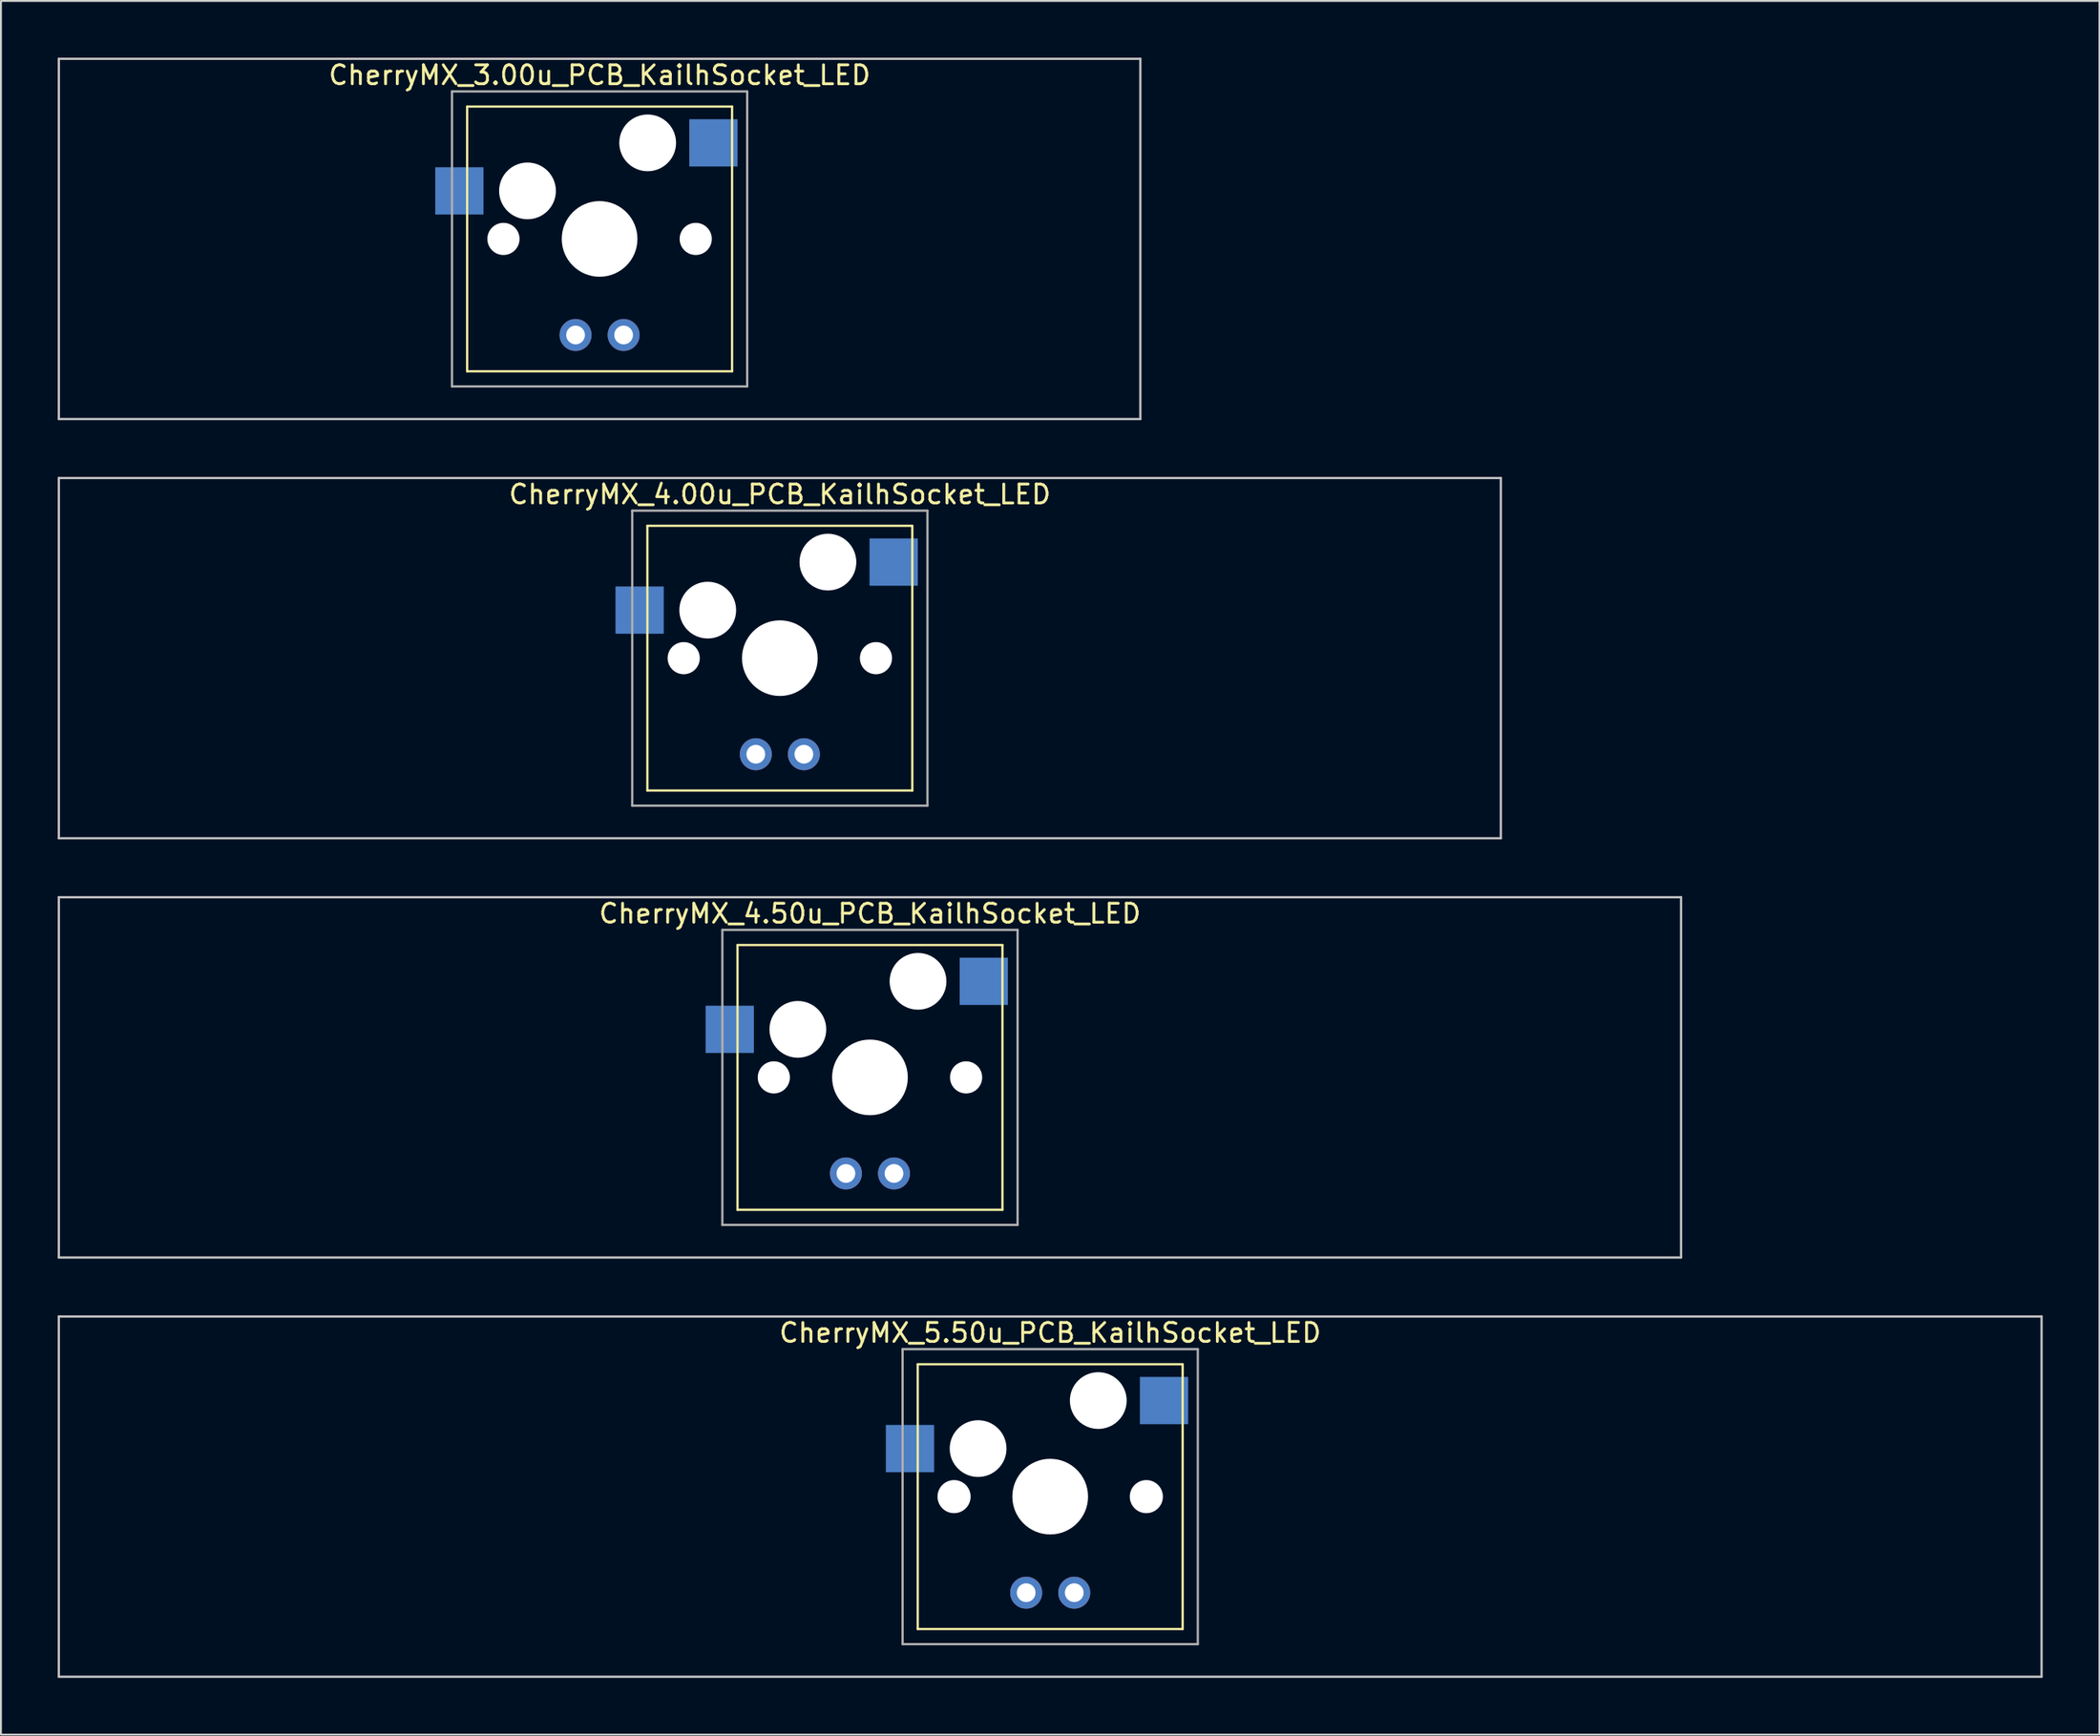
<source format=kicad_pcb>
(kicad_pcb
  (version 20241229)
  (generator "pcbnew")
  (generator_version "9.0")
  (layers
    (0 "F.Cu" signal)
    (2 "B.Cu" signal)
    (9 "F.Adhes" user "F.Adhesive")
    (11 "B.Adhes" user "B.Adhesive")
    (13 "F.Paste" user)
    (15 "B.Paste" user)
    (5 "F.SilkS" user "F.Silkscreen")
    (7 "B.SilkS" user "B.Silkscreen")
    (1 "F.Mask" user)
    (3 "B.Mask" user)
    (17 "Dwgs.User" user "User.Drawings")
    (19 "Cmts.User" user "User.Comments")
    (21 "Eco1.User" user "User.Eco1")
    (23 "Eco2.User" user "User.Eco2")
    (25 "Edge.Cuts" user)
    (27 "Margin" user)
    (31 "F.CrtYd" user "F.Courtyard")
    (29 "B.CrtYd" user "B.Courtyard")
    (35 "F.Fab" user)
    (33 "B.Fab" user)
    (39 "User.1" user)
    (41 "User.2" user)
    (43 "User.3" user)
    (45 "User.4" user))
  (footprint "CherryMX_3.00u_PCB_KailhSocket_LED"
    (layer "F.Cu")
    (at 28.635 9.585)
    (property "Reference" "CherryMX_3.00u_PCB_KailhSocket_LED" (at 0 -8.662 0) (layer "F.SilkS") (effects (font (size 1 1) (thickness 0.15))))
    (attr through_hole)
    (fp_line (start -7 -7) (end -7 7) (stroke (width 0.12) (type solid)) (layer "F.SilkS"))
    (fp_line (start -7 -7) (end 7 -7) (stroke (width 0.12) (type solid)) (layer "F.SilkS"))
    (fp_line (start 7 -7) (end 7 7) (stroke (width 0.12) (type solid)) (layer "F.SilkS"))
    (fp_line (start 7 7) (end -7 7) (stroke (width 0.12) (type solid)) (layer "F.SilkS"))
    (fp_line (start -28.575 -9.525) (end 28.575 -9.525) (stroke (width 0.12) (type solid)) (layer "Dwgs.User"))
    (fp_line (start -28.575 9.525) (end -28.575 -9.525) (stroke (width 0.12) (type solid)) (layer "Dwgs.User"))
    (fp_line (start 28.575 -9.525) (end 28.575 9.525) (stroke (width 0.12) (type solid)) (layer "Dwgs.User"))
    (fp_line (start 28.575 9.525) (end -28.575 9.525) (stroke (width 0.12) (type solid)) (layer "Dwgs.User"))
    (fp_line (start -7.8 -7.8) (end -7.8 7.8) (stroke (width 0.12) (type solid)) (layer "F.Fab"))
    (fp_line (start -7.8 -7.8) (end 7.8 -7.8) (stroke (width 0.12) (type solid)) (layer "F.Fab"))
    (fp_line (start -7.8 7.8) (end 7.8 7.8) (stroke (width 0.12) (type solid)) (layer "F.Fab"))
    (fp_line (start 7.8 -7.8) (end 7.8 7.8) (stroke (width 0.12) (type solid)) (layer "F.Fab"))
    (pad "" np_thru_hole circle (at -5.08 0) (size 1.7 1.7) (drill 1.7) (layers "*.Cu" "*.Mask"))
    (pad "" np_thru_hole circle (at -3.81 -2.54) (size 3 3) (drill 3) (layers "*.Cu" "*.Mask"))
    (pad "" np_thru_hole circle (at 0 0) (size 4 4) (drill 4) (layers "*.Cu" "*.Mask"))
    (pad "" np_thru_hole circle (at 2.54 -5.08) (size 3 3) (drill 3) (layers "*.Cu" "*.Mask"))
    (pad "" np_thru_hole circle (at 5.08 0) (size 1.7 1.7) (drill 1.7) (layers "*.Cu" "*.Mask"))
    (pad "1" smd rect (at -7.41 -2.54) (size 2.55 2.5) (layers "B.Cu" "B.Mask" "B.Paste"))
    (pad "2" smd rect (at 6.015 -5.08) (size 2.55 2.5) (layers "B.Cu" "B.Mask" "B.Paste"))
    (pad "3" thru_hole circle (at -1.27 5.08) (size 1.691 1.691) (drill 0.991) (layers "*.Cu" "*.Mask"))
    (pad "4" thru_hole circle (at 1.27 5.08) (size 1.691 1.691) (drill 0.991) (layers "*.Cu" "*.Mask")))
  (footprint "CherryMX_5.50u_PCB_KailhSocket_LED"
    (layer "F.Cu")
    (at 52.447 76.095)
    (property "Reference" "CherryMX_5.50u_PCB_KailhSocket_LED" (at 0 -8.662 0) (layer "F.SilkS") (effects (font (size 1 1) (thickness 0.15))))
    (attr through_hole)
    (fp_line (start -7 -7) (end -7 7) (stroke (width 0.12) (type solid)) (layer "F.SilkS"))
    (fp_line (start -7 -7) (end 7 -7) (stroke (width 0.12) (type solid)) (layer "F.SilkS"))
    (fp_line (start 7 -7) (end 7 7) (stroke (width 0.12) (type solid)) (layer "F.SilkS"))
    (fp_line (start 7 7) (end -7 7) (stroke (width 0.12) (type solid)) (layer "F.SilkS"))
    (fp_line (start -52.388 -9.525) (end 52.388 -9.525) (stroke (width 0.12) (type solid)) (layer "Dwgs.User"))
    (fp_line (start -52.388 9.525) (end -52.388 -9.525) (stroke (width 0.12) (type solid)) (layer "Dwgs.User"))
    (fp_line (start 52.388 -9.525) (end 52.388 9.525) (stroke (width 0.12) (type solid)) (layer "Dwgs.User"))
    (fp_line (start 52.388 9.525) (end -52.388 9.525) (stroke (width 0.12) (type solid)) (layer "Dwgs.User"))
    (fp_line (start -7.8 -7.8) (end -7.8 7.8) (stroke (width 0.12) (type solid)) (layer "F.Fab"))
    (fp_line (start -7.8 -7.8) (end 7.8 -7.8) (stroke (width 0.12) (type solid)) (layer "F.Fab"))
    (fp_line (start -7.8 7.8) (end 7.8 7.8) (stroke (width 0.12) (type solid)) (layer "F.Fab"))
    (fp_line (start 7.8 -7.8) (end 7.8 7.8) (stroke (width 0.12) (type solid)) (layer "F.Fab"))
    (pad "" np_thru_hole circle (at -5.08 0) (size 1.75 1.75) (drill 1.75) (layers "*.Cu" "*.Mask"))
    (pad "" np_thru_hole circle (at -3.81 -2.54) (size 3 3) (drill 3) (layers "*.Cu" "*.Mask"))
    (pad "" np_thru_hole circle (at 0 0) (size 4 4) (drill 4) (layers "*.Cu" "*.Mask"))
    (pad "" np_thru_hole circle (at 2.54 -5.08) (size 3 3) (drill 3) (layers "*.Cu" "*.Mask"))
    (pad "" np_thru_hole circle (at 5.08 0) (size 1.75 1.75) (drill 1.75) (layers "*.Cu" "*.Mask"))
    (pad "1" smd rect (at -7.41 -2.54) (size 2.55 2.5) (layers "B.Cu" "B.Mask" "B.Paste"))
    (pad "2" smd rect (at 6.015 -5.08) (size 2.55 2.5) (layers "B.Cu" "B.Mask" "B.Paste"))
    (pad "3" thru_hole circle (at -1.27 5.08) (size 1.691 1.691) (drill 0.991) (layers "*.Cu" "*.Mask"))
    (pad "4" thru_hole circle (at 1.27 5.08) (size 1.691 1.691) (drill 0.991) (layers "*.Cu" "*.Mask")))
  (footprint "CherryMX_4.00u_PCB_KailhSocket_LED"
    (layer "F.Cu")
    (at 38.16 31.755)
    (property "Reference" "CherryMX_4.00u_PCB_KailhSocket_LED" (at 0 -8.662 0) (layer "F.SilkS") (effects (font (size 1 1) (thickness 0.15))))
    (attr through_hole)
    (fp_line (start -7 -7) (end -7 7) (stroke (width 0.12) (type solid)) (layer "F.SilkS"))
    (fp_line (start -7 -7) (end 7 -7) (stroke (width 0.12) (type solid)) (layer "F.SilkS"))
    (fp_line (start 7 -7) (end 7 7) (stroke (width 0.12) (type solid)) (layer "F.SilkS"))
    (fp_line (start 7 7) (end -7 7) (stroke (width 0.12) (type solid)) (layer "F.SilkS"))
    (fp_line (start -38.1 -9.525) (end 38.1 -9.525) (stroke (width 0.12) (type solid)) (layer "Dwgs.User"))
    (fp_line (start -38.1 9.525) (end -38.1 -9.525) (stroke (width 0.12) (type solid)) (layer "Dwgs.User"))
    (fp_line (start 38.1 -9.525) (end 38.1 9.525) (stroke (width 0.12) (type solid)) (layer "Dwgs.User"))
    (fp_line (start 38.1 9.525) (end -38.1 9.525) (stroke (width 0.12) (type solid)) (layer "Dwgs.User"))
    (fp_line (start -7.8 -7.8) (end -7.8 7.8) (stroke (width 0.12) (type solid)) (layer "F.Fab"))
    (fp_line (start -7.8 -7.8) (end 7.8 -7.8) (stroke (width 0.12) (type solid)) (layer "F.Fab"))
    (fp_line (start -7.8 7.8) (end 7.8 7.8) (stroke (width 0.12) (type solid)) (layer "F.Fab"))
    (fp_line (start 7.8 -7.8) (end 7.8 7.8) (stroke (width 0.12) (type solid)) (layer "F.Fab"))
    (pad "" np_thru_hole circle (at -5.08 0) (size 1.7 1.7) (drill 1.7) (layers "*.Cu" "*.Mask"))
    (pad "" np_thru_hole circle (at -3.81 -2.54) (size 3 3) (drill 3) (layers "*.Cu" "*.Mask"))
    (pad "" np_thru_hole circle (at 0 0) (size 4 4) (drill 4) (layers "*.Cu" "*.Mask"))
    (pad "" np_thru_hole circle (at 2.54 -5.08) (size 3 3) (drill 3) (layers "*.Cu" "*.Mask"))
    (pad "" np_thru_hole circle (at 5.08 0) (size 1.7 1.7) (drill 1.7) (layers "*.Cu" "*.Mask"))
    (pad "1" smd rect (at -7.41 -2.54) (size 2.55 2.5) (layers "B.Cu" "B.Mask" "B.Paste"))
    (pad "2" smd rect (at 6.015 -5.08) (size 2.55 2.5) (layers "B.Cu" "B.Mask" "B.Paste"))
    (pad "3" thru_hole circle (at -1.27 5.08) (size 1.691 1.691) (drill 0.991) (layers "*.Cu" "*.Mask"))
    (pad "4" thru_hole circle (at 1.27 5.08) (size 1.691 1.691) (drill 0.991) (layers "*.Cu" "*.Mask")))
  (footprint "CherryMX_4.50u_PCB_KailhSocket_LED"
    (layer "F.Cu")
    (at 42.922 53.925)
    (property "Reference" "CherryMX_4.50u_PCB_KailhSocket_LED" (at 0 -8.662 0) (layer "F.SilkS") (effects (font (size 1 1) (thickness 0.15))))
    (attr through_hole)
    (fp_line (start -7 -7) (end -7 7) (stroke (width 0.12) (type solid)) (layer "F.SilkS"))
    (fp_line (start -7 -7) (end 7 -7) (stroke (width 0.12) (type solid)) (layer "F.SilkS"))
    (fp_line (start 7 -7) (end 7 7) (stroke (width 0.12) (type solid)) (layer "F.SilkS"))
    (fp_line (start 7 7) (end -7 7) (stroke (width 0.12) (type solid)) (layer "F.SilkS"))
    (fp_line (start -42.862 -9.525) (end 42.862 -9.525) (stroke (width 0.12) (type solid)) (layer "Dwgs.User"))
    (fp_line (start -42.862 9.525) (end -42.862 -9.525) (stroke (width 0.12) (type solid)) (layer "Dwgs.User"))
    (fp_line (start 42.862 -9.525) (end 42.862 9.525) (stroke (width 0.12) (type solid)) (layer "Dwgs.User"))
    (fp_line (start 42.862 9.525) (end -42.862 9.525) (stroke (width 0.12) (type solid)) (layer "Dwgs.User"))
    (fp_line (start -7.8 -7.8) (end -7.8 7.8) (stroke (width 0.12) (type solid)) (layer "F.Fab"))
    (fp_line (start -7.8 -7.8) (end 7.8 -7.8) (stroke (width 0.12) (type solid)) (layer "F.Fab"))
    (fp_line (start -7.8 7.8) (end 7.8 7.8) (stroke (width 0.12) (type solid)) (layer "F.Fab"))
    (fp_line (start 7.8 -7.8) (end 7.8 7.8) (stroke (width 0.12) (type solid)) (layer "F.Fab"))
    (pad "" np_thru_hole circle (at -5.08 0) (size 1.7 1.7) (drill 1.7) (layers "*.Cu" "*.Mask"))
    (pad "" np_thru_hole circle (at -3.81 -2.54) (size 3 3) (drill 3) (layers "*.Cu" "*.Mask"))
    (pad "" np_thru_hole circle (at 0 0) (size 4 4) (drill 4) (layers "*.Cu" "*.Mask"))
    (pad "" np_thru_hole circle (at 2.54 -5.08) (size 3 3) (drill 3) (layers "*.Cu" "*.Mask"))
    (pad "" np_thru_hole circle (at 5.08 0) (size 1.7 1.7) (drill 1.7) (layers "*.Cu" "*.Mask"))
    (pad "1" smd rect (at -7.41 -2.54) (size 2.55 2.5) (layers "B.Cu" "B.Mask" "B.Paste"))
    (pad "2" smd rect (at 6.015 -5.08) (size 2.55 2.5) (layers "B.Cu" "B.Mask" "B.Paste"))
    (pad "3" thru_hole circle (at -1.27 5.08) (size 1.691 1.691) (drill 0.991) (layers "*.Cu" "*.Mask"))
    (pad "4" thru_hole circle (at 1.27 5.08) (size 1.691 1.691) (drill 0.991) (layers "*.Cu" "*.Mask")))
  (gr_rect
    (start -3 -3)
    (end 107.895 88.68)
    (stroke (width 0.1) (type default))
    (fill no)
    (layer "Edge.Cuts")))
</source>
